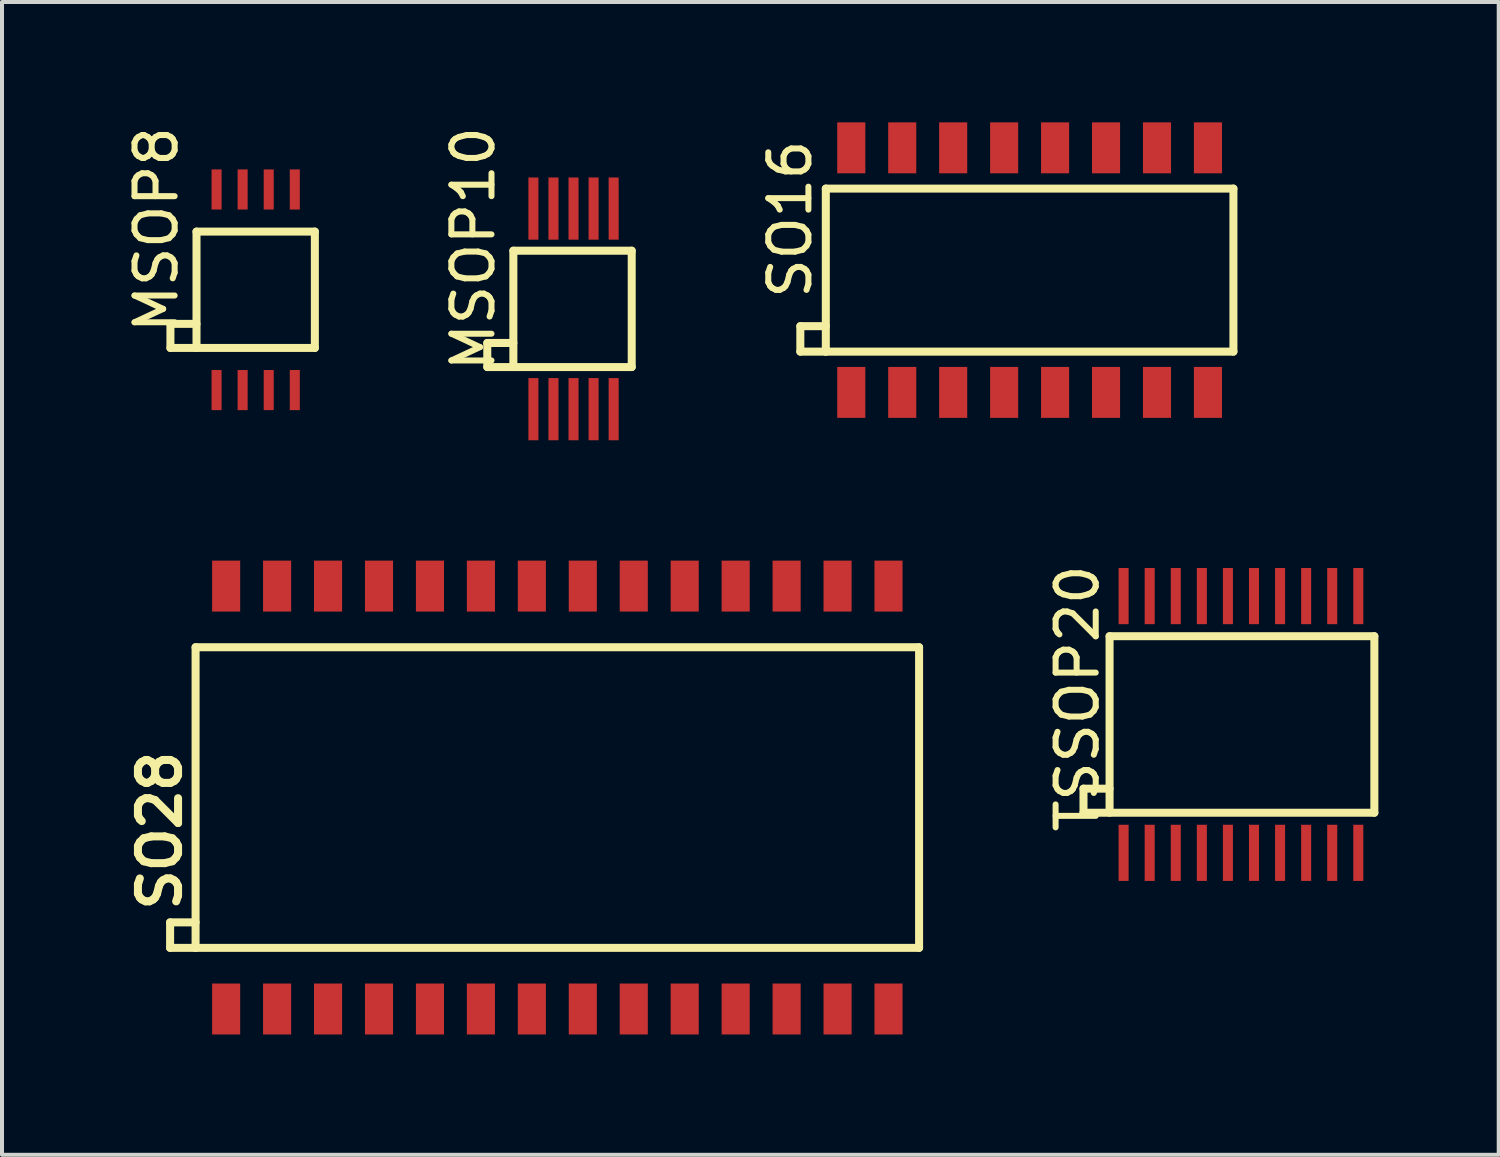
<source format=kicad_pcb>
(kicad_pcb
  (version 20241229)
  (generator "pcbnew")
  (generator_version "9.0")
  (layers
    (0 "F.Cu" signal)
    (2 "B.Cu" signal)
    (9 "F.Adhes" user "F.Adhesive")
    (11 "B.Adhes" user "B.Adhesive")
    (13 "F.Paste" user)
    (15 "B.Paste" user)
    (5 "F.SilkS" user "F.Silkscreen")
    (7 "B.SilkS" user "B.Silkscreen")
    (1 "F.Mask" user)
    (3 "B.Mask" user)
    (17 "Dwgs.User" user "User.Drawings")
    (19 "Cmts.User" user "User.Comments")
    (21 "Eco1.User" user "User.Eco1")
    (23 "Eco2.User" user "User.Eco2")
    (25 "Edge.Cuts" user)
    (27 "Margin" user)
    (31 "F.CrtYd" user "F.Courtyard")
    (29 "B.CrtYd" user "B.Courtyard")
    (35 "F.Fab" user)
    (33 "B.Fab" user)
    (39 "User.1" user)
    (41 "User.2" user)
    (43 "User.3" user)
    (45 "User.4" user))
  (footprint "SO28"
    (layer "F.Cu")
    (at 2.587 22.1)
    (property "Reference" "SO28" (at -1.651 -4.445 90) (layer "F.SilkS") (effects (font (size 1 1) (thickness 0.2))))
    (attr through_hole)
    (fp_line (start -1.397 -2.159) (end -1.397 -1.524) (stroke (width 0.2) (type solid)) (layer "F.SilkS"))
    (fp_line (start -1.397 -1.524) (end -0.762 -1.524) (stroke (width 0.2) (type solid)) (layer "F.SilkS"))
    (fp_line (start -0.762 -9.017) (end -0.762 -1.524) (stroke (width 0.2) (type solid)) (layer "F.SilkS"))
    (fp_line (start -0.762 -2.159) (end -1.397 -2.159) (stroke (width 0.2) (type solid)) (layer "F.SilkS"))
    (fp_line (start -0.762 -1.524) (end 17.272 -1.524) (stroke (width 0.2) (type solid)) (layer "F.SilkS"))
    (fp_line (start 17.272 -9.017) (end -0.762 -9.017) (stroke (width 0.2) (type solid)) (layer "F.SilkS"))
    (fp_line (start 17.272 -1.524) (end 17.272 -9.017) (stroke (width 0.2) (type solid)) (layer "F.SilkS"))
    (pad "1" smd rect (at 0 0) (size 0.7 1.27) (layers "F.Cu" "F.Mask" "F.Paste"))
    (pad "2" smd rect (at 1.27 0) (size 0.7 1.27) (layers "F.Cu" "F.Mask" "F.Paste"))
    (pad "3" smd rect (at 2.54 0) (size 0.7 1.27) (layers "F.Cu" "F.Mask" "F.Paste"))
    (pad "4" smd rect (at 3.81 0) (size 0.7 1.27) (layers "F.Cu" "F.Mask" "F.Paste"))
    (pad "5" smd rect (at 5.08 0) (size 0.7 1.27) (layers "F.Cu" "F.Mask" "F.Paste"))
    (pad "6" smd rect (at 6.35 0) (size 0.7 1.27) (layers "F.Cu" "F.Mask" "F.Paste"))
    (pad "7" smd rect (at 7.62 0) (size 0.7 1.27) (layers "F.Cu" "F.Mask" "F.Paste"))
    (pad "8" smd rect (at 8.89 0) (size 0.7 1.27) (layers "F.Cu" "F.Mask" "F.Paste"))
    (pad "9" smd rect (at 10.16 0) (size 0.7 1.27) (layers "F.Cu" "F.Mask" "F.Paste"))
    (pad "10" smd rect (at 11.43 0) (size 0.7 1.27) (layers "F.Cu" "F.Mask" "F.Paste"))
    (pad "11" smd rect (at 12.7 0) (size 0.7 1.27) (layers "F.Cu" "F.Mask" "F.Paste"))
    (pad "12" smd rect (at 13.97 0) (size 0.7 1.27) (layers "F.Cu" "F.Mask" "F.Paste"))
    (pad "13" smd rect (at 15.24 0) (size 0.7 1.27) (layers "F.Cu" "F.Mask" "F.Paste"))
    (pad "14" smd rect (at 16.51 0) (size 0.7 1.27) (layers "F.Cu" "F.Mask" "F.Paste"))
    (pad "15" smd rect (at 16.51 -10.541) (size 0.7 1.27) (layers "F.Cu" "F.Mask" "F.Paste"))
    (pad "16" smd rect (at 15.24 -10.541) (size 0.7 1.27) (layers "F.Cu" "F.Mask" "F.Paste"))
    (pad "17" smd rect (at 13.97 -10.541) (size 0.7 1.27) (layers "F.Cu" "F.Mask" "F.Paste"))
    (pad "18" smd rect (at 12.7 -10.541) (size 0.7 1.27) (layers "F.Cu" "F.Mask" "F.Paste"))
    (pad "19" smd rect (at 11.43 -10.541) (size 0.7 1.27) (layers "F.Cu" "F.Mask" "F.Paste"))
    (pad "20" smd rect (at 10.16 -10.541) (size 0.7 1.27) (layers "F.Cu" "F.Mask" "F.Paste"))
    (pad "21" smd rect (at 8.89 -10.541) (size 0.7 1.27) (layers "F.Cu" "F.Mask" "F.Paste"))
    (pad "22" smd rect (at 7.62 -10.541) (size 0.7 1.27) (layers "F.Cu" "F.Mask" "F.Paste"))
    (pad "23" smd rect (at 6.35 -10.541) (size 0.7 1.27) (layers "F.Cu" "F.Mask" "F.Paste"))
    (pad "24" smd rect (at 5.08 -10.541) (size 0.7 1.27) (layers "F.Cu" "F.Mask" "F.Paste"))
    (pad "25" smd rect (at 3.81 -10.541) (size 0.7 1.27) (layers "F.Cu" "F.Mask" "F.Paste"))
    (pad "26" smd rect (at 2.54 -10.541) (size 0.7 1.27) (layers "F.Cu" "F.Mask" "F.Paste"))
    (pad "27" smd rect (at 1.27 -10.541) (size 0.7 1.27) (layers "F.Cu" "F.Mask" "F.Paste"))
    (pad "28" smd rect (at 0 -10.541) (size 0.7 1.27) (layers "F.Cu" "F.Mask" "F.Paste")))
  (footprint "MSOP8"
    (layer "F.Cu")
    (at 2.348 6.673)
    (property "Reference" "MSOP8" (at -1.5 -4 90) (layer "F.SilkS") (effects (font (size 1 1) (thickness 0.15))))
    (attr through_hole)
    (fp_line (start -1.15 -1.65) (end -0.5 -1.65) (stroke (width 0.2) (type solid)) (layer "F.SilkS"))
    (fp_line (start -1.15 -1.05) (end -1.15 -1.65) (stroke (width 0.2) (type solid)) (layer "F.SilkS"))
    (fp_line (start -1.15 -1.05) (end 2.45 -1.05) (stroke (width 0.2) (type solid)) (layer "F.SilkS"))
    (fp_line (start -0.5 -3.95) (end 2.45 -3.95) (stroke (width 0.2) (type solid)) (layer "F.SilkS"))
    (fp_line (start -0.5 -1.05) (end -0.5 -3.95) (stroke (width 0.2) (type solid)) (layer "F.SilkS"))
    (fp_line (start 2.45 -3.95) (end 2.45 -1.05) (stroke (width 0.2) (type solid)) (layer "F.SilkS"))
    (pad "1" smd rect (at 0 0) (size 0.25 1) (layers "F.Cu" "F.Mask" "F.Paste"))
    (pad "2" smd rect (at 0.65 0) (size 0.25 1) (layers "F.Cu" "F.Mask" "F.Paste"))
    (pad "3" smd rect (at 1.3 0) (size 0.25 1) (layers "F.Cu" "F.Mask" "F.Paste"))
    (pad "4" smd rect (at 1.95 0) (size 0.25 1) (layers "F.Cu" "F.Mask" "F.Paste"))
    (pad "5" smd rect (at 1.95 -5) (size 0.25 1) (layers "F.Cu" "F.Mask" "F.Paste"))
    (pad "6" smd rect (at 1.3 -5) (size 0.25 1) (layers "F.Cu" "F.Mask" "F.Paste"))
    (pad "7" smd rect (at 0.65 -5) (size 0.25 1) (layers "F.Cu" "F.Mask" "F.Paste"))
    (pad "8" smd rect (at 0 -5) (size 0.25 1) (layers "F.Cu" "F.Mask" "F.Paste")))
  (footprint "TSSOP20"
    (layer "F.Cu")
    (at 24.957 18.208)
    (property "Reference" "TSSOP20" (at -1.15 -3.85 90) (layer "F.SilkS") (effects (font (size 1 1) (thickness 0.15))))
    (attr through_hole)
    (fp_line (start -1 -1.6) (end -0.35 -1.6) (stroke (width 0.2) (type solid)) (layer "F.SilkS"))
    (fp_line (start -1 -1) (end -1 -1.6) (stroke (width 0.2) (type solid)) (layer "F.SilkS"))
    (fp_line (start -1 -1) (end 6.25 -1) (stroke (width 0.2) (type solid)) (layer "F.SilkS"))
    (fp_line (start -0.35 -5.4) (end 6.25 -5.4) (stroke (width 0.2) (type solid)) (layer "F.SilkS"))
    (fp_line (start -0.35 -1) (end -0.35 -5.4) (stroke (width 0.2) (type solid)) (layer "F.SilkS"))
    (fp_line (start 6.25 -5.4) (end 6.25 -1) (stroke (width 0.2) (type solid)) (layer "F.SilkS"))
    (pad "1" smd rect (at 0 0) (size 0.25 1.4) (layers "F.Cu" "F.Mask" "F.Paste"))
    (pad "2" smd rect (at 0.65 0) (size 0.25 1.4) (layers "F.Cu" "F.Mask" "F.Paste"))
    (pad "3" smd rect (at 1.3 0) (size 0.25 1.4) (layers "F.Cu" "F.Mask" "F.Paste"))
    (pad "4" smd rect (at 1.95 0) (size 0.25 1.4) (layers "F.Cu" "F.Mask" "F.Paste"))
    (pad "5" smd rect (at 2.6 0) (size 0.25 1.4) (layers "F.Cu" "F.Mask" "F.Paste"))
    (pad "6" smd rect (at 3.25 0) (size 0.25 1.4) (layers "F.Cu" "F.Mask" "F.Paste"))
    (pad "7" smd rect (at 3.9 0) (size 0.25 1.4) (layers "F.Cu" "F.Mask" "F.Paste"))
    (pad "8" smd rect (at 4.55 0) (size 0.25 1.4) (layers "F.Cu" "F.Mask" "F.Paste"))
    (pad "9" smd rect (at 5.2 0) (size 0.25 1.4) (layers "F.Cu" "F.Mask" "F.Paste"))
    (pad "10" smd rect (at 5.85 0) (size 0.25 1.4) (layers "F.Cu" "F.Mask" "F.Paste"))
    (pad "11" smd rect (at 5.85 -6.4) (size 0.25 1.4) (layers "F.Cu" "F.Mask" "F.Paste"))
    (pad "12" smd rect (at 5.2 -6.4) (size 0.25 1.4) (layers "F.Cu" "F.Mask" "F.Paste"))
    (pad "13" smd rect (at 4.55 -6.4) (size 0.25 1.4) (layers "F.Cu" "F.Mask" "F.Paste"))
    (pad "14" smd rect (at 3.9 -6.4) (size 0.25 1.4) (layers "F.Cu" "F.Mask" "F.Paste"))
    (pad "15" smd rect (at 3.25 -6.4) (size 0.25 1.4) (layers "F.Cu" "F.Mask" "F.Paste"))
    (pad "16" smd rect (at 2.6 -6.4) (size 0.25 1.4) (layers "F.Cu" "F.Mask" "F.Paste"))
    (pad "17" smd rect (at 1.95 -6.4) (size 0.25 1.4) (layers "F.Cu" "F.Mask" "F.Paste"))
    (pad "18" smd rect (at 1.3 -6.4) (size 0.25 1.4) (layers "F.Cu" "F.Mask" "F.Paste"))
    (pad "19" smd rect (at 0.65 -6.4) (size 0.25 1.4) (layers "F.Cu" "F.Mask" "F.Paste"))
    (pad "20" smd rect (at 0 -6.4) (size 0.25 1.4) (layers "F.Cu" "F.Mask" "F.Paste")))
  (footprint "SO16"
    (layer "F.Cu")
    (at 18.169 6.731)
    (property "Reference" "SO16" (at -1.524 -4.318 90) (layer "F.SilkS") (effects (font (size 1 1) (thickness 0.15))))
    (attr through_hole)
    (fp_line (start -1.27 -1.651) (end -1.27 -1.016) (stroke (width 0.2) (type solid)) (layer "F.SilkS"))
    (fp_line (start -1.27 -1.016) (end -0.635 -1.016) (stroke (width 0.2) (type solid)) (layer "F.SilkS"))
    (fp_line (start -0.635 -5.08) (end -0.635 -1.016) (stroke (width 0.2) (type solid)) (layer "F.SilkS"))
    (fp_line (start -0.635 -5.08) (end 9.525 -5.08) (stroke (width 0.2) (type solid)) (layer "F.SilkS"))
    (fp_line (start -0.635 -1.651) (end -1.27 -1.651) (stroke (width 0.2) (type solid)) (layer "F.SilkS"))
    (fp_line (start 9.525 -1.016) (end -0.635 -1.016) (stroke (width 0.2) (type solid)) (layer "F.SilkS"))
    (fp_line (start 9.525 -1.016) (end 9.525 -5.08) (stroke (width 0.2) (type solid)) (layer "F.SilkS"))
    (pad "1" smd rect (at 0 0) (size 0.7 1.27) (layers "F.Cu" "F.Mask" "F.Paste"))
    (pad "2" smd rect (at 1.27 0) (size 0.7 1.27) (layers "F.Cu" "F.Mask" "F.Paste"))
    (pad "3" smd rect (at 2.54 0) (size 0.7 1.27) (layers "F.Cu" "F.Mask" "F.Paste"))
    (pad "4" smd rect (at 3.81 0) (size 0.7 1.27) (layers "F.Cu" "F.Mask" "F.Paste"))
    (pad "5" smd rect (at 5.08 0) (size 0.7 1.27) (layers "F.Cu" "F.Mask" "F.Paste"))
    (pad "6" smd rect (at 6.35 0) (size 0.7 1.27) (layers "F.Cu" "F.Mask" "F.Paste"))
    (pad "7" smd rect (at 7.62 0) (size 0.7 1.27) (layers "F.Cu" "F.Mask" "F.Paste"))
    (pad "8" smd rect (at 8.89 0) (size 0.7 1.27) (layers "F.Cu" "F.Mask" "F.Paste"))
    (pad "9" smd rect (at 8.89 -6.096) (size 0.7 1.27) (layers "F.Cu" "F.Mask" "F.Paste"))
    (pad "10" smd rect (at 7.62 -6.096) (size 0.7 1.27) (layers "F.Cu" "F.Mask" "F.Paste"))
    (pad "11" smd rect (at 6.35 -6.096) (size 0.7 1.27) (layers "F.Cu" "F.Mask" "F.Paste"))
    (pad "12" smd rect (at 5.08 -6.096) (size 0.7 1.27) (layers "F.Cu" "F.Mask" "F.Paste"))
    (pad "13" smd rect (at 3.81 -6.096) (size 0.7 1.27) (layers "F.Cu" "F.Mask" "F.Paste"))
    (pad "14" smd rect (at 2.54 -6.096) (size 0.7 1.27) (layers "F.Cu" "F.Mask" "F.Paste"))
    (pad "15" smd rect (at 1.27 -6.096) (size 0.7 1.27) (layers "F.Cu" "F.Mask" "F.Paste"))
    (pad "16" smd rect (at 0 -6.096) (size 0.7 1.27) (layers "F.Cu" "F.Mask" "F.Paste")))
  (footprint "MSOP10"
    (layer "F.Cu")
    (at 10.246 7.149)
    (property "Reference" "MSOP10" (at -1.5 -4 90) (layer "F.SilkS") (effects (font (size 1 1) (thickness 0.15))))
    (attr through_hole)
    (fp_line (start -1.15 -1.65) (end -0.5 -1.65) (stroke (width 0.2) (type solid)) (layer "F.SilkS"))
    (fp_line (start -1.15 -1.05) (end -1.15 -1.65) (stroke (width 0.2) (type solid)) (layer "F.SilkS"))
    (fp_line (start -1.15 -1.05) (end 2.45 -1.05) (stroke (width 0.2) (type solid)) (layer "F.SilkS"))
    (fp_line (start -0.5 -3.95) (end 2.45 -3.95) (stroke (width 0.2) (type solid)) (layer "F.SilkS"))
    (fp_line (start -0.5 -1.05) (end -0.5 -3.95) (stroke (width 0.2) (type solid)) (layer "F.SilkS"))
    (fp_line (start 2.45 -3.95) (end 2.45 -1.05) (stroke (width 0.2) (type solid)) (layer "F.SilkS"))
    (pad "1" smd rect (at 0 0) (size 0.25 1.55) (layers "F.Cu" "F.Mask" "F.Paste"))
    (pad "2" smd rect (at 0.5 0) (size 0.25 1.55) (layers "F.Cu" "F.Mask" "F.Paste"))
    (pad "3" smd rect (at 1 0) (size 0.25 1.55) (layers "F.Cu" "F.Mask" "F.Paste"))
    (pad "4" smd rect (at 1.5 0) (size 0.25 1.55) (layers "F.Cu" "F.Mask" "F.Paste"))
    (pad "5" smd rect (at 2 0) (size 0.25 1.55) (layers "F.Cu" "F.Mask" "F.Paste"))
    (pad "6" smd rect (at 2 -5) (size 0.25 1.55) (layers "F.Cu" "F.Mask" "F.Paste"))
    (pad "7" smd rect (at 1.5 -5) (size 0.25 1.55) (layers "F.Cu" "F.Mask" "F.Paste"))
    (pad "8" smd rect (at 1 -5) (size 0.25 1.55) (layers "F.Cu" "F.Mask" "F.Paste"))
    (pad "9" smd rect (at 0.5 -5) (size 0.25 1.55) (layers "F.Cu" "F.Mask" "F.Paste"))
    (pad "10" smd rect (at 0 -5) (size 0.25 1.55) (layers "F.Cu" "F.Mask" "F.Paste")))
  (gr_rect
    (start -3 -3)
    (end 34.307 25.735)
    (stroke (width 0.1) (type default))
    (fill no)
    (layer "Edge.Cuts")))
</source>
